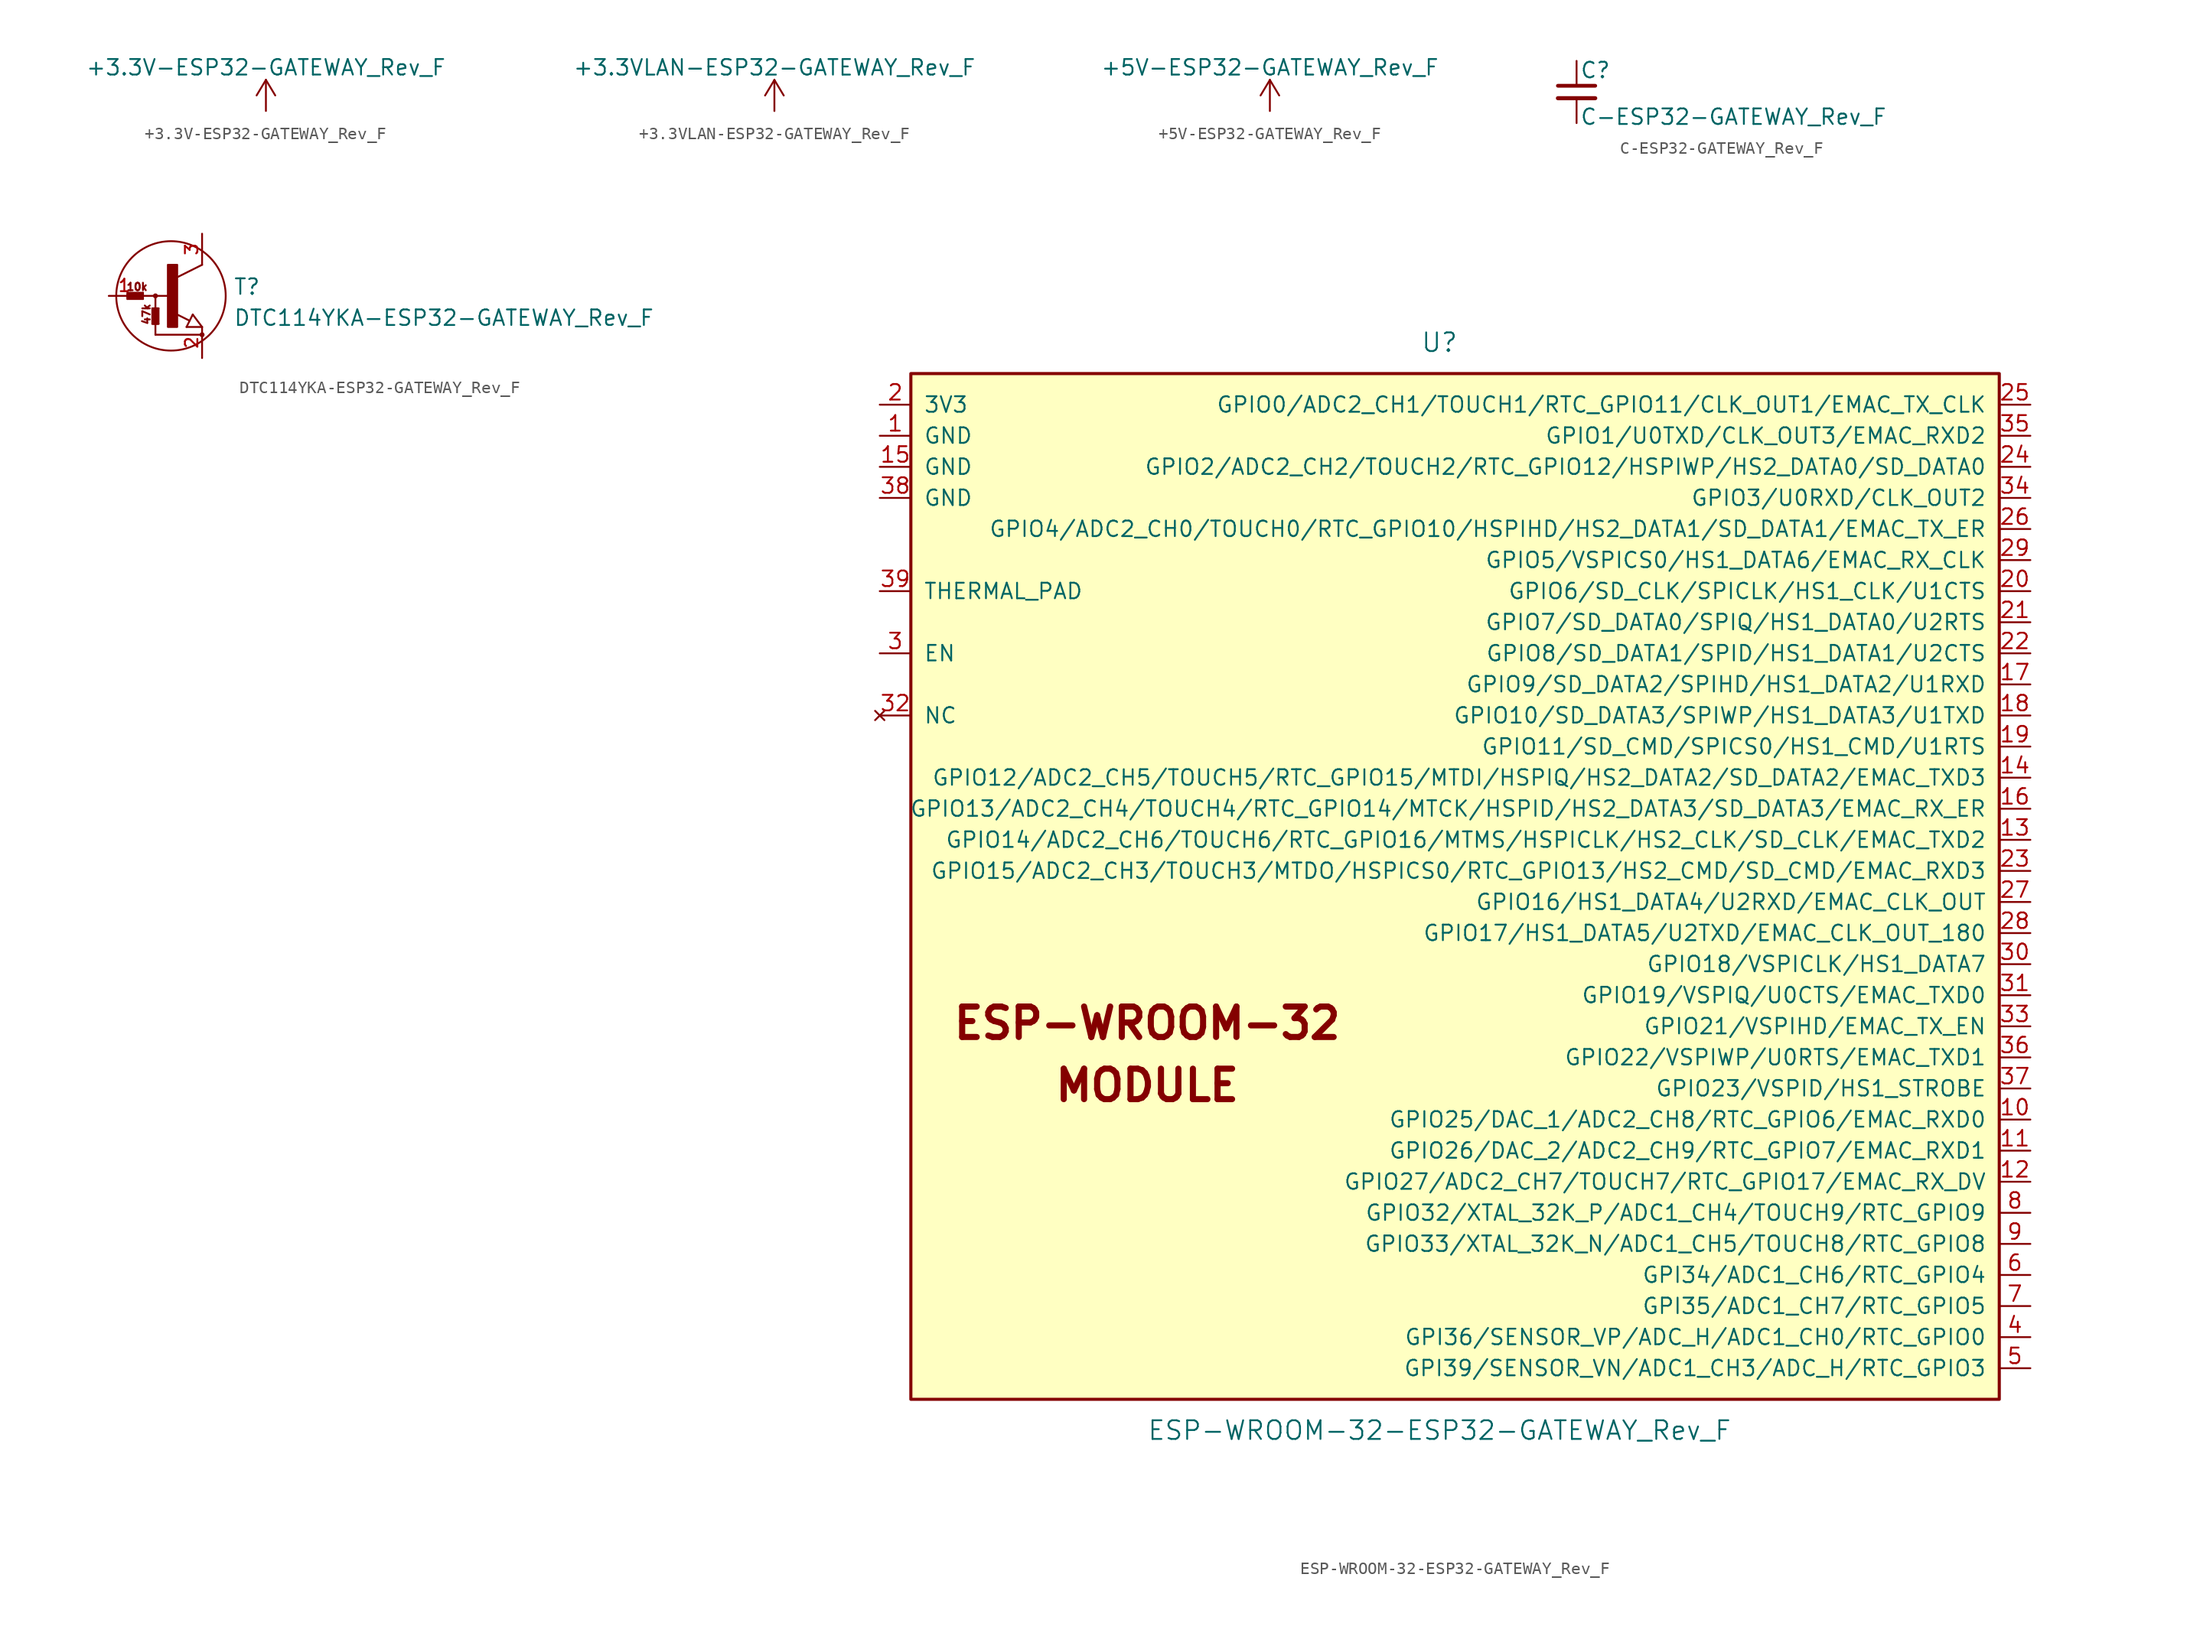
<source format=kicad_sym>
(kicad_symbol_lib
  (version 20220914)
  (generator kicad_symbol_editor)
  (symbol "+3.3V-ESP32-GATEWAY_Rev_F"
    (power)
    (pin_names
      (offset 0))
    (property "Reference" "#PWR"
      (at 0 -3.81 0)
      (effects (font (size 1.27 1.27)) hide))
    (property "Value" "+3.3V-ESP32-GATEWAY_Rev_F"
      (at 0 3.556 0)
      (effects (font (size 1.27 1.27))))
    (property "Footprint" ""
      (at 0 0 0)
      (effects (font (size 1.524 1.524))))
    (property "Datasheet" ""
      (at 0 0 0)
      (effects (font (size 1.524 1.524))))
    (symbol "+3.3V-ESP32-GATEWAY_Rev_F_0_1"
      (polyline (pts (xy -0.762 1.27) (xy 0 2.54)) (stroke (width 0) (type solid)) (fill (type none)))
      (polyline (pts (xy 0 0) (xy 0 2.54)) (stroke (width 0) (type solid)) (fill (type none)))
      (polyline (pts (xy 0 2.54) (xy 0.762 1.27)) (stroke (width 0) (type solid)) (fill (type none))))
    (symbol "+3.3V-ESP32-GATEWAY_Rev_F_1_1"
      (pin power_in line (at 0 0 90) (length 0) hide (name "+3V3" (effects (font (size 1.27 1.27)))) (number "1" (effects (font (size 1.27 1.27)))))))
  (symbol "+3.3VLAN-ESP32-GATEWAY_Rev_F"
    (power)
    (pin_names
      (offset 0))
    (property "Reference" "#PWR"
      (at 0 -3.81 0)
      (effects (font (size 1.27 1.27)) hide))
    (property "Value" "+3.3VLAN-ESP32-GATEWAY_Rev_F"
      (at 0 3.556 0)
      (effects (font (size 1.27 1.27))))
    (property "Footprint" ""
      (at 0 0 0)
      (effects (font (size 1.524 1.524))))
    (property "Datasheet" ""
      (at 0 0 0)
      (effects (font (size 1.524 1.524))))
    (symbol "+3.3VLAN-ESP32-GATEWAY_Rev_F_0_1"
      (polyline (pts (xy -0.762 1.27) (xy 0 2.54)) (stroke (width 0) (type solid)) (fill (type none)))
      (polyline (pts (xy 0 0) (xy 0 2.54)) (stroke (width 0) (type solid)) (fill (type none)))
      (polyline (pts (xy 0 2.54) (xy 0.762 1.27)) (stroke (width 0) (type solid)) (fill (type none))))
    (symbol "+3.3VLAN-ESP32-GATEWAY_Rev_F_1_1"
      (pin power_in line (at 0 0 90) (length 0) hide (name "+3.3VLAN" (effects (font (size 1.27 1.27)))) (number "1" (effects (font (size 1.27 1.27)))))))
  (symbol "+5V-ESP32-GATEWAY_Rev_F"
    (power)
    (pin_names
      (offset 0))
    (property "Reference" "#PWR"
      (at 0 -3.81 0)
      (effects (font (size 1.27 1.27)) hide))
    (property "Value" "+5V-ESP32-GATEWAY_Rev_F"
      (at 0 3.556 0)
      (effects (font (size 1.27 1.27))))
    (property "Footprint" ""
      (at 0 0 0)
      (effects (font (size 1.524 1.524))))
    (property "Datasheet" ""
      (at 0 0 0)
      (effects (font (size 1.524 1.524))))
    (symbol "+5V-ESP32-GATEWAY_Rev_F_0_1"
      (polyline (pts (xy -0.762 1.27) (xy 0 2.54)) (stroke (width 0) (type solid)) (fill (type none)))
      (polyline (pts (xy 0 0) (xy 0 2.54)) (stroke (width 0) (type solid)) (fill (type none)))
      (polyline (pts (xy 0 2.54) (xy 0.762 1.27)) (stroke (width 0) (type solid)) (fill (type none))))
    (symbol "+5V-ESP32-GATEWAY_Rev_F_1_1"
      (pin power_in line (at 0 0 90) (length 0) hide (name "+5V" (effects (font (size 1.27 1.27)))) (number "1" (effects (font (size 1.27 1.27)))))))
  (symbol "C-ESP32-GATEWAY_Rev_F"
    (pin_numbers hide)
    (pin_names
      (offset 0.254) hide)
    (property "Reference" "C"
      (at 0.254 1.778 0)
      (effects (font (size 1.27 1.27)) (justify left)))
    (property "Value" "C-ESP32-GATEWAY_Rev_F"
      (at 0.254 -2.032 0)
      (effects (font (size 1.27 1.27)) (justify left)))
    (property "Footprint" ""
      (at 0 0 0)
      (effects (font (size 1.524 1.524))))
    (property "Datasheet" ""
      (at 0 0 0)
      (effects (font (size 1.524 1.524))))
    (symbol "C-ESP32-GATEWAY_Rev_F_0_1"
      (polyline (pts (xy -1.524 -0.508) (xy 1.524 -0.508)) (stroke (width 0.33) (type solid)) (fill (type none)))
      (polyline (pts (xy -1.524 0.508) (xy 1.524 0.508)) (stroke (width 0.305) (type solid)) (fill (type none))))
    (symbol "C-ESP32-GATEWAY_Rev_F_1_1"
      (pin passive line (at 0 2.54 270) (length 1.905) (name "~" (effects (font (size 1.016 1.016)))) (number "1" (effects (font (size 1.016 1.016)))))
      (pin passive line (at 0 -2.54 90) (length 2.032) (name "~" (effects (font (size 1.016 1.016)))) (number "2" (effects (font (size 1.016 1.016)))))))
  (symbol "DTC114YKA-ESP32-GATEWAY_Rev_F"
    (pin_names
      (offset 0) hide)
    (property "Reference" "T"
      (at 5.08 0 0)
      (effects (font (size 1.27 1.27)) (justify left bottom)))
    (property "Value" "DTC114YKA-ESP32-GATEWAY_Rev_F"
      (at 5.08 -2.54 0)
      (effects (font (size 1.27 1.27)) (justify left bottom)))
    (property "Datasheet" ""
      (at 0 0 0)
      (effects (font (size 1.524 1.524))))
    (symbol "DTC114YKA-ESP32-GATEWAY_Rev_F_1_0"
      (polyline (pts (xy -3.556 -0.254) (xy -2.286 -0.254)) (stroke (width 0) (type solid)) (fill (type none)))
      (polyline (pts (xy -3.556 -0.127) (xy -3.556 -0.254)) (stroke (width 0) (type solid)) (fill (type none)))
      (polyline (pts (xy -3.556 -0.127) (xy -2.286 -0.127)) (stroke (width 0) (type solid)) (fill (type none)))
      (polyline (pts (xy -3.556 0) (xy -3.556 -0.127)) (stroke (width 0) (type solid)) (fill (type none)))
      (polyline (pts (xy -3.556 0.127) (xy -3.556 0)) (stroke (width 0) (type solid)) (fill (type none)))
      (polyline (pts (xy -3.556 0.127) (xy -2.286 0.127)) (stroke (width 0) (type solid)) (fill (type none)))
      (polyline (pts (xy -3.556 0.254) (xy -3.556 0.127)) (stroke (width 0) (type solid)) (fill (type none)))
      (polyline (pts (xy -3.556 0.254) (xy -2.286 0.254)) (stroke (width 0) (type solid)) (fill (type none)))
      (polyline (pts (xy -2.286 0) (xy -3.556 0)) (stroke (width 0) (type solid)) (fill (type none)))
      (polyline (pts (xy -2.286 0) (xy -2.286 -0.254)) (stroke (width 0) (type solid)) (fill (type none)))
      (polyline (pts (xy -2.286 0.127) (xy -2.286 0)) (stroke (width 0) (type solid)) (fill (type none)))
      (polyline (pts (xy -2.286 0.254) (xy -2.286 0.127)) (stroke (width 0) (type solid)) (fill (type none)))
      (polyline (pts (xy -1.524 -2.286) (xy -1.524 -1.016)) (stroke (width 0) (type solid)) (fill (type none)))
      (polyline (pts (xy -1.524 -2.286) (xy -1.397 -2.286)) (stroke (width 0) (type solid)) (fill (type none)))
      (polyline (pts (xy -1.524 -1.016) (xy -1.397 -1.016)) (stroke (width 0) (type solid)) (fill (type none)))
      (polyline (pts (xy -1.397 -2.286) (xy -1.397 -1.016)) (stroke (width 0) (type solid)) (fill (type none)))
      (polyline (pts (xy -1.397 -2.286) (xy -1.143 -2.286)) (stroke (width 0) (type solid)) (fill (type none)))
      (polyline (pts (xy -1.397 -1.016) (xy -1.143 -1.016)) (stroke (width 0) (type solid)) (fill (type none)))
      (polyline (pts (xy -1.27 -3.175) (xy 2.54 -3.175)) (stroke (width 0) (type solid)) (fill (type none)))
      (polyline (pts (xy -1.27 0) (xy -2.286 0)) (stroke (width 0) (type solid)) (fill (type none)))
      (polyline (pts (xy -1.27 0) (xy -1.27 -3.175)) (stroke (width 0) (type solid)) (fill (type none)))
      (polyline (pts (xy -1.143 -2.286) (xy -1.143 -1.016)) (stroke (width 0) (type solid)) (fill (type none)))
      (polyline (pts (xy -1.143 -2.286) (xy -1.016 -2.286)) (stroke (width 0) (type solid)) (fill (type none)))
      (polyline (pts (xy -1.143 -1.016) (xy -1.016 -1.016)) (stroke (width 0) (type solid)) (fill (type none)))
      (polyline (pts (xy -1.016 -2.286) (xy -1.016 -1.016)) (stroke (width 0) (type solid)) (fill (type none)))
      (polyline (pts (xy 0 0) (xy -1.27 0)) (stroke (width 0) (type solid)) (fill (type none)))
      (polyline (pts (xy 1.27 -2.54) (xy 1.778 -1.524)) (stroke (width 0) (type solid)) (fill (type none)))
      (polyline (pts (xy 1.524 -2.032) (xy 0.305 -1.422)) (stroke (width 0) (type solid)) (fill (type none)))
      (polyline (pts (xy 1.778 -1.524) (xy 2.54 -2.54)) (stroke (width 0) (type solid)) (fill (type none)))
      (polyline (pts (xy 2.54 -2.54) (xy 1.27 -2.54)) (stroke (width 0) (type solid)) (fill (type none)))
      (polyline (pts (xy 2.54 2.54) (xy 0.508 1.524)) (stroke (width 0) (type solid)) (fill (type none)))
      (text "10k" (at -2.769 0.737 0) (effects (font (size 0.61 0.61))))
      (text "47k" (at -2.007 -1.499 900) (effects (font (size 0.61 0.61)))))
    (symbol "DTC114YKA-ESP32-GATEWAY_Rev_F_1_1"
      (circle (center -1.27 0) (radius 0.127) (stroke (width 0) (type solid)) (fill (type outline)))
      (rectangle (start -0.254 -2.54) (end 0.508 2.54) (stroke (width 0) (type solid)) (fill (type outline)))
      (circle (center 0 0) (radius 4.47) (stroke (width 0) (type solid)) (fill (type none)))
      (circle (center 2.54 -3.175) (radius 0.127) (stroke (width 0) (type solid)) (fill (type outline)))
      (pin passive line (at -5.08 0 0) (length 2.54) (name "B" (effects (font (size 1.016 1.016)))) (number "1" (effects (font (size 1.016 1.016)))))
      (pin passive line (at 2.54 -5.08 90) (length 2.54) (name "E" (effects (font (size 1.016 1.016)))) (number "2" (effects (font (size 1.016 1.016)))))
      (pin passive line (at 2.54 5.08 270) (length 2.54) (name "C" (effects (font (size 1.016 1.016)))) (number "3" (effects (font (size 1.016 1.016)))))))
  (symbol "ESP-WROOM-32-ESP32-GATEWAY_Rev_F"
    (pin_names
      (offset 1.016))
    (property "Reference" "U"
      (at 0 43.18 0)
      (effects (font (size 1.524 1.524))))
    (property "Value" "ESP-WROOM-32-ESP32-GATEWAY_Rev_F"
      (at 0 -45.72 0)
      (effects (font (size 1.524 1.524))))
    (symbol "ESP-WROOM-32-ESP32-GATEWAY_Rev_F_0_0"
      (text "ESP-WROOM-32" (at -23.876 -12.446 0) (effects (font (size 2.489 2.489) bold)))
      (text "MODULE" (at -23.876 -17.526 0) (effects (font (size 2.489 2.489) bold))))
    (symbol "ESP-WROOM-32-ESP32-GATEWAY_Rev_F_0_1"
      (rectangle (start -43.18 40.64) (end 45.72 -43.18) (stroke (width 0.254) (type solid)) (fill (type background))))
    (symbol "ESP-WROOM-32-ESP32-GATEWAY_Rev_F_1_1"
      (pin power_in line (at -45.72 35.56 0) (length 2.54) (name "GND" (effects (font (size 1.27 1.27)))) (number "1" (effects (font (size 1.27 1.27)))))
      (pin bidirectional line (at 48.26 -20.32 180) (length 2.54) (name "GPIO25/DAC_1/ADC2_CH8/RTC_GPIO6/EMAC_RXD0" (effects (font (size 1.27 1.27)))) (number "10" (effects (font (size 1.27 1.27)))))
      (pin bidirectional line (at 48.26 -22.86 180) (length 2.54) (name "GPIO26/DAC_2/ADC2_CH9/RTC_GPIO7/EMAC_RXD1" (effects (font (size 1.27 1.27)))) (number "11" (effects (font (size 1.27 1.27)))))
      (pin bidirectional line (at 48.26 -25.4 180) (length 2.54) (name "GPIO27/ADC2_CH7/TOUCH7/RTC_GPIO17/EMAC_RX_DV" (effects (font (size 1.27 1.27)))) (number "12" (effects (font (size 1.27 1.27)))))
      (pin bidirectional line (at 48.26 2.54 180) (length 2.54) (name "GPIO14/ADC2_CH6/TOUCH6/RTC_GPIO16/MTMS/HSPICLK/HS2_CLK/SD_CLK/EMAC_TXD2" (effects (font (size 1.27 1.27)))) (number "13" (effects (font (size 1.27 1.27)))))
      (pin bidirectional line (at 48.26 7.62 180) (length 2.54) (name "GPIO12/ADC2_CH5/TOUCH5/RTC_GPIO15/MTDI/HSPIQ/HS2_DATA2/SD_DATA2/EMAC_TXD3" (effects (font (size 1.27 1.27)))) (number "14" (effects (font (size 1.27 1.27)))))
      (pin power_in line (at -45.72 33.02 0) (length 2.54) (name "GND" (effects (font (size 1.27 1.27)))) (number "15" (effects (font (size 1.27 1.27)))))
      (pin bidirectional line (at 48.26 5.08 180) (length 2.54) (name "GPIO13/ADC2_CH4/TOUCH4/RTC_GPIO14/MTCK/HSPID/HS2_DATA3/SD_DATA3/EMAC_RX_ER" (effects (font (size 1.27 1.27)))) (number "16" (effects (font (size 1.27 1.27)))))
      (pin bidirectional line (at 48.26 15.24 180) (length 2.54) (name "GPIO9/SD_DATA2/SPIHD/HS1_DATA2/U1RXD" (effects (font (size 1.27 1.27)))) (number "17" (effects (font (size 1.27 1.27)))))
      (pin bidirectional line (at 48.26 12.7 180) (length 2.54) (name "GPIO10/SD_DATA3/SPIWP/HS1_DATA3/U1TXD" (effects (font (size 1.27 1.27)))) (number "18" (effects (font (size 1.27 1.27)))))
      (pin bidirectional line (at 48.26 10.16 180) (length 2.54) (name "GPIO11/SD_CMD/SPICS0/HS1_CMD/U1RTS" (effects (font (size 1.27 1.27)))) (number "19" (effects (font (size 1.27 1.27)))))
      (pin power_in line (at -45.72 38.1 0) (length 2.54) (name "3V3" (effects (font (size 1.27 1.27)))) (number "2" (effects (font (size 1.27 1.27)))))
      (pin bidirectional line (at 48.26 22.86 180) (length 2.54) (name "GPIO6/SD_CLK/SPICLK/HS1_CLK/U1CTS" (effects (font (size 1.27 1.27)))) (number "20" (effects (font (size 1.27 1.27)))))
      (pin bidirectional line (at 48.26 20.32 180) (length 2.54) (name "GPIO7/SD_DATA0/SPIQ/HS1_DATA0/U2RTS" (effects (font (size 1.27 1.27)))) (number "21" (effects (font (size 1.27 1.27)))))
      (pin bidirectional line (at 48.26 17.78 180) (length 2.54) (name "GPIO8/SD_DATA1/SPID/HS1_DATA1/U2CTS" (effects (font (size 1.27 1.27)))) (number "22" (effects (font (size 1.27 1.27)))))
      (pin bidirectional line (at 48.26 0 180) (length 2.54) (name "GPIO15/ADC2_CH3/TOUCH3/MTDO/HSPICS0/RTC_GPIO13/HS2_CMD/SD_CMD/EMAC_RXD3" (effects (font (size 1.27 1.27)))) (number "23" (effects (font (size 1.27 1.27)))))
      (pin bidirectional line (at 48.26 33.02 180) (length 2.54) (name "GPIO2/ADC2_CH2/TOUCH2/RTC_GPIO12/HSPIWP/HS2_DATA0/SD_DATA0" (effects (font (size 1.27 1.27)))) (number "24" (effects (font (size 1.27 1.27)))))
      (pin bidirectional line (at 48.26 38.1 180) (length 2.54) (name "GPIO0/ADC2_CH1/TOUCH1/RTC_GPIO11/CLK_OUT1/EMAC_TX_CLK" (effects (font (size 1.27 1.27)))) (number "25" (effects (font (size 1.27 1.27)))))
      (pin bidirectional line (at 48.26 27.94 180) (length 2.54) (name "GPIO4/ADC2_CH0/TOUCH0/RTC_GPIO10/HSPIHD/HS2_DATA1/SD_DATA1/EMAC_TX_ER" (effects (font (size 1.27 1.27)))) (number "26" (effects (font (size 1.27 1.27)))))
      (pin bidirectional line (at 48.26 -2.54 180) (length 2.54) (name "GPIO16/HS1_DATA4/U2RXD/EMAC_CLK_OUT" (effects (font (size 1.27 1.27)))) (number "27" (effects (font (size 1.27 1.27)))))
      (pin bidirectional line (at 48.26 -5.08 180) (length 2.54) (name "GPIO17/HS1_DATA5/U2TXD/EMAC_CLK_OUT_180" (effects (font (size 1.27 1.27)))) (number "28" (effects (font (size 1.27 1.27)))))
      (pin bidirectional line (at 48.26 25.4 180) (length 2.54) (name "GPIO5/VSPICS0/HS1_DATA6/EMAC_RX_CLK" (effects (font (size 1.27 1.27)))) (number "29" (effects (font (size 1.27 1.27)))))
      (pin input line (at -45.72 17.78 0) (length 2.54) (name "EN" (effects (font (size 1.27 1.27)))) (number "3" (effects (font (size 1.27 1.27)))))
      (pin bidirectional line (at 48.26 -7.62 180) (length 2.54) (name "GPIO18/VSPICLK/HS1_DATA7" (effects (font (size 1.27 1.27)))) (number "30" (effects (font (size 1.27 1.27)))))
      (pin bidirectional line (at 48.26 -10.16 180) (length 2.54) (name "GPIO19/VSPIQ/U0CTS/EMAC_TXD0" (effects (font (size 1.27 1.27)))) (number "31" (effects (font (size 1.27 1.27)))))
      (pin no_connect line (at -45.72 12.7 0) (length 2.54) (name "NC" (effects (font (size 1.27 1.27)))) (number "32" (effects (font (size 1.27 1.27)))))
      (pin bidirectional line (at 48.26 -12.7 180) (length 2.54) (name "GPIO21/VSPIHD/EMAC_TX_EN" (effects (font (size 1.27 1.27)))) (number "33" (effects (font (size 1.27 1.27)))))
      (pin bidirectional line (at 48.26 30.48 180) (length 2.54) (name "GPIO3/U0RXD/CLK_OUT2" (effects (font (size 1.27 1.27)))) (number "34" (effects (font (size 1.27 1.27)))))
      (pin bidirectional line (at 48.26 35.56 180) (length 2.54) (name "GPIO1/U0TXD/CLK_OUT3/EMAC_RXD2" (effects (font (size 1.27 1.27)))) (number "35" (effects (font (size 1.27 1.27)))))
      (pin bidirectional line (at 48.26 -15.24 180) (length 2.54) (name "GPIO22/VSPIWP/U0RTS/EMAC_TXD1" (effects (font (size 1.27 1.27)))) (number "36" (effects (font (size 1.27 1.27)))))
      (pin bidirectional line (at 48.26 -17.78 180) (length 2.54) (name "GPIO23/VSPID/HS1_STROBE" (effects (font (size 1.27 1.27)))) (number "37" (effects (font (size 1.27 1.27)))))
      (pin power_in line (at -45.72 30.48 0) (length 2.54) (name "GND" (effects (font (size 1.27 1.27)))) (number "38" (effects (font (size 1.27 1.27)))))
      (pin power_in line (at -45.72 22.86 0) (length 2.54) (name "THERMAL_PAD" (effects (font (size 1.27 1.27)))) (number "39" (effects (font (size 1.27 1.27)))))
      (pin input line (at 48.26 -38.1 180) (length 2.54) (name "GPI36/SENSOR_VP/ADC_H/ADC1_CH0/RTC_GPIO0" (effects (font (size 1.27 1.27)))) (number "4" (effects (font (size 1.27 1.27)))))
      (pin input line (at 48.26 -40.64 180) (length 2.54) (name "GPI39/SENSOR_VN/ADC1_CH3/ADC_H/RTC_GPIO3" (effects (font (size 1.27 1.27)))) (number "5" (effects (font (size 1.27 1.27)))))
      (pin input line (at 48.26 -33.02 180) (length 2.54) (name "GPI34/ADC1_CH6/RTC_GPIO4" (effects (font (size 1.27 1.27)))) (number "6" (effects (font (size 1.27 1.27)))))
      (pin input line (at 48.26 -35.56 180) (length 2.54) (name "GPI35/ADC1_CH7/RTC_GPIO5" (effects (font (size 1.27 1.27)))) (number "7" (effects (font (size 1.27 1.27)))))
      (pin bidirectional line (at 48.26 -27.94 180) (length 2.54) (name "GPIO32/XTAL_32K_P/ADC1_CH4/TOUCH9/RTC_GPIO9" (effects (font (size 1.27 1.27)))) (number "8" (effects (font (size 1.27 1.27)))))
      (pin bidirectional line (at 48.26 -30.48 180) (length 2.54) (name "GPIO33/XTAL_32K_N/ADC1_CH5/TOUCH8/RTC_GPIO8" (effects (font (size 1.27 1.27)))) (number "9" (effects (font (size 1.27 1.27))))))))
</source>
